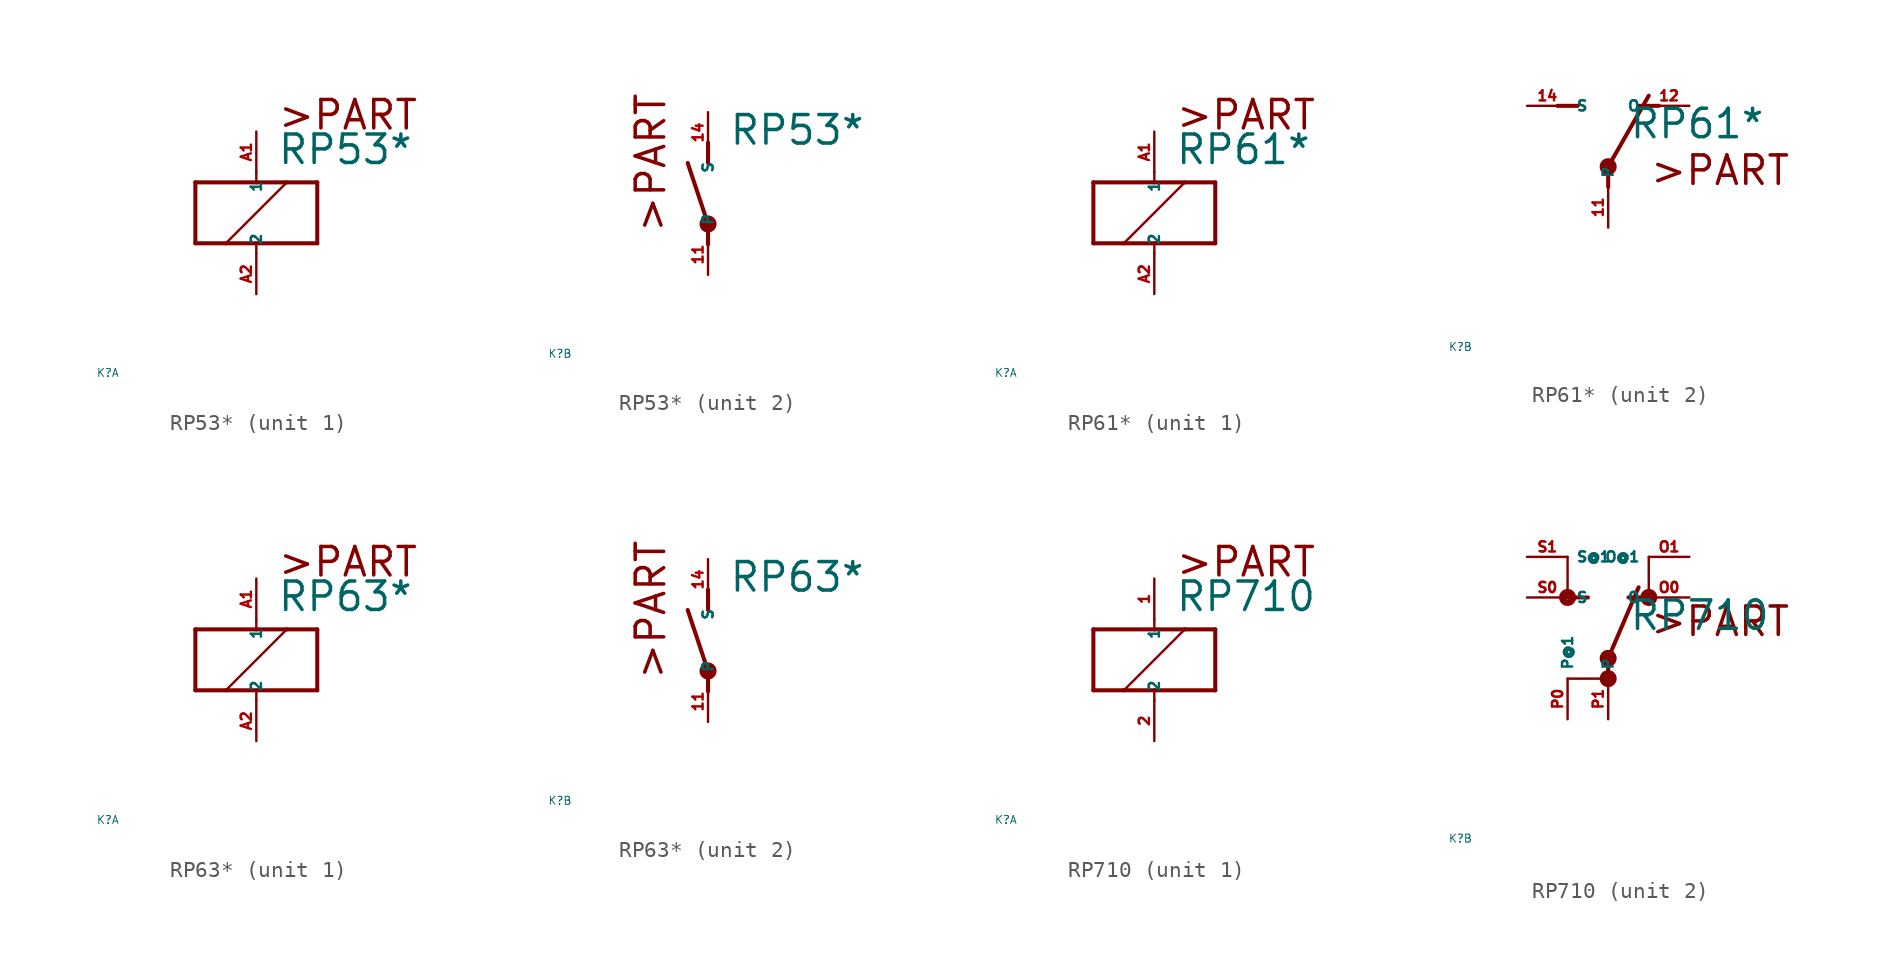
<source format=kicad_sym>
(kicad_symbol_lib
  (version 20220914)
  (generator Eagle2Kicad)
  (symbol "RP53*"
    (property "Reference" "K"
      (at -10 -10 0)
      (effects (font (size 0.5 0.5) (thickness 0.06)) (justify left)))
    (property "Value" "RP53*"
      (at 1.27 2.921 0)
      (effects (font (size 1.778 1.778) (thickness 0.22)) (justify left bottom)))
    (symbol "RP53*_1_0"
      (polyline (pts (xy -3.81 -1.905) (xy -1.905 -1.905)) (stroke (width 0.254) (type default)) (fill (type none)))
      (polyline (pts (xy 3.81 -1.905) (xy 3.81 1.905)) (stroke (width 0.254) (type default)) (fill (type none)))
      (polyline (pts (xy 3.81 1.905) (xy 1.905 1.905)) (stroke (width 0.254) (type default)) (fill (type none)))
      (polyline (pts (xy -3.81 1.905) (xy -3.81 -1.905)) (stroke (width 0.254) (type default)) (fill (type none)))
      (polyline (pts (xy 0 -2.54) (xy 0 -1.905)) (stroke (width 0.152) (type default)) (fill (type none)))
      (polyline (pts (xy 0 -1.905) (xy 3.81 -1.905)) (stroke (width 0.254) (type default)) (fill (type none)))
      (polyline (pts (xy 0 2.54) (xy 0 1.905)) (stroke (width 0.152) (type default)) (fill (type none)))
      (polyline (pts (xy 0 1.905) (xy -3.81 1.905)) (stroke (width 0.254) (type default)) (fill (type none)))
      (polyline (pts (xy -1.905 -1.905) (xy 1.905 1.905)) (stroke (width 0.152) (type default)) (fill (type none)))
      (polyline (pts (xy -1.905 -1.905) (xy 0 -1.905)) (stroke (width 0.254) (type default)) (fill (type none)))
      (polyline (pts (xy 1.905 1.905) (xy 0 1.905)) (stroke (width 0.254) (type default)) (fill (type none)))
      (text ">PART" (at 1.27 5.08 0) (effects (font (size 1.778 1.778) (thickness 0.22)) (justify left bottom)))
      (pin passive line (at 0 -5.08 90) (length 2.54) (name "2" (effects (font (size 0.635 0.635) (thickness 0.08)) (justify left bottom))) (number "A2" (effects (font (size 0.635 0.635) (thickness 0.08)) (justify left bottom))))
      (pin passive line (at 0 5.08 270) (length 2.54) (name "1" (effects (font (size 0.635 0.635) (thickness 0.08)) (justify left bottom))) (number "A1" (effects (font (size 0.635 0.635) (thickness 0.08)) (justify left bottom)))))
    (symbol "RP53*_2_0"
      (polyline (pts (xy 0 3.175) (xy 0 1.905)) (stroke (width 0.254) (type default)) (fill (type none)))
      (polyline (pts (xy 0 -3.175) (xy 0 -1.905)) (stroke (width 0.254) (type default)) (fill (type none)))
      (polyline (pts (xy 0 -1.905) (xy -1.27 1.905)) (stroke (width 0.254) (type default)) (fill (type none)))
      (text ">PART" (at -2.54 -2.54 900) (effects (font (size 1.778 1.778) (thickness 0.22)) (justify left bottom)))
      (circle (center 0 -1.905) (radius 0.127) (stroke (width 0.406) (type default)) (fill (type none)))
      (pin passive line (at 0 -5.08 90) (length 2.54) (name "P" (effects (font (size 0.635 0.635) (thickness 0.08)) (justify left bottom))) (number "11" (effects (font (size 0.635 0.635) (thickness 0.08)) (justify left bottom))))
      (pin passive line (at 0 5.08 270) (length 2.54) (name "S" (effects (font (size 0.635 0.635) (thickness 0.08)) (justify left bottom))) (number "14" (effects (font (size 0.635 0.635) (thickness 0.08)) (justify left bottom))))))
  (symbol "RP61*"
    (property "Reference" "K"
      (at -10 -10 0)
      (effects (font (size 0.5 0.5) (thickness 0.06)) (justify left)))
    (property "Value" "RP61*"
      (at 1.27 2.921 0)
      (effects (font (size 1.778 1.778) (thickness 0.22)) (justify left bottom)))
    (symbol "RP61*_1_0"
      (polyline (pts (xy -3.81 -1.905) (xy -1.905 -1.905)) (stroke (width 0.254) (type default)) (fill (type none)))
      (polyline (pts (xy 3.81 -1.905) (xy 3.81 1.905)) (stroke (width 0.254) (type default)) (fill (type none)))
      (polyline (pts (xy 3.81 1.905) (xy 1.905 1.905)) (stroke (width 0.254) (type default)) (fill (type none)))
      (polyline (pts (xy -3.81 1.905) (xy -3.81 -1.905)) (stroke (width 0.254) (type default)) (fill (type none)))
      (polyline (pts (xy 0 -2.54) (xy 0 -1.905)) (stroke (width 0.152) (type default)) (fill (type none)))
      (polyline (pts (xy 0 -1.905) (xy 3.81 -1.905)) (stroke (width 0.254) (type default)) (fill (type none)))
      (polyline (pts (xy 0 2.54) (xy 0 1.905)) (stroke (width 0.152) (type default)) (fill (type none)))
      (polyline (pts (xy 0 1.905) (xy -3.81 1.905)) (stroke (width 0.254) (type default)) (fill (type none)))
      (polyline (pts (xy -1.905 -1.905) (xy 1.905 1.905)) (stroke (width 0.152) (type default)) (fill (type none)))
      (polyline (pts (xy -1.905 -1.905) (xy 0 -1.905)) (stroke (width 0.254) (type default)) (fill (type none)))
      (polyline (pts (xy 1.905 1.905) (xy 0 1.905)) (stroke (width 0.254) (type default)) (fill (type none)))
      (text ">PART" (at 1.27 5.08 0) (effects (font (size 1.778 1.778) (thickness 0.22)) (justify left bottom)))
      (pin passive line (at 0 -5.08 90) (length 2.54) (name "2" (effects (font (size 0.635 0.635) (thickness 0.08)) (justify left bottom))) (number "A2" (effects (font (size 0.635 0.635) (thickness 0.08)) (justify left bottom))))
      (pin passive line (at 0 5.08 270) (length 2.54) (name "1" (effects (font (size 0.635 0.635) (thickness 0.08)) (justify left bottom))) (number "A1" (effects (font (size 0.635 0.635) (thickness 0.08)) (justify left bottom)))))
    (symbol "RP61*_2_0"
      (polyline (pts (xy 3.175 5.08) (xy 1.905 5.08)) (stroke (width 0.254) (type default)) (fill (type none)))
      (polyline (pts (xy -3.175 5.08) (xy -1.905 5.08)) (stroke (width 0.254) (type default)) (fill (type none)))
      (polyline (pts (xy 0 1.27) (xy 2.54 5.715)) (stroke (width 0.254) (type default)) (fill (type none)))
      (polyline (pts (xy 0 1.27) (xy 0 0)) (stroke (width 0.254) (type default)) (fill (type none)))
      (text ">PART" (at 2.54 0 0) (effects (font (size 1.778 1.778) (thickness 0.22)) (justify left bottom)))
      (circle (center 0 1.27) (radius 0.127) (stroke (width 0.406) (type default)) (fill (type none)))
      (pin passive line (at 5.08 5.08 180) (length 2.54) (name "O" (effects (font (size 0.635 0.635) (thickness 0.08)) (justify left bottom))) (number "12" (effects (font (size 0.635 0.635) (thickness 0.08)) (justify left bottom))))
      (pin passive line (at -5.08 5.08 0) (length 2.54) (name "S" (effects (font (size 0.635 0.635) (thickness 0.08)) (justify left bottom))) (number "14" (effects (font (size 0.635 0.635) (thickness 0.08)) (justify left bottom))))
      (pin passive line (at 0 -2.54 90) (length 2.54) (name "P" (effects (font (size 0.635 0.635) (thickness 0.08)) (justify left bottom))) (number "11" (effects (font (size 0.635 0.635) (thickness 0.08)) (justify left bottom))))))
  (symbol "RP63*"
    (property "Reference" "K"
      (at -10 -10 0)
      (effects (font (size 0.5 0.5) (thickness 0.06)) (justify left)))
    (property "Value" "RP63*"
      (at 1.27 2.921 0)
      (effects (font (size 1.778 1.778) (thickness 0.22)) (justify left bottom)))
    (symbol "RP63*_1_0"
      (polyline (pts (xy -3.81 -1.905) (xy -1.905 -1.905)) (stroke (width 0.254) (type default)) (fill (type none)))
      (polyline (pts (xy 3.81 -1.905) (xy 3.81 1.905)) (stroke (width 0.254) (type default)) (fill (type none)))
      (polyline (pts (xy 3.81 1.905) (xy 1.905 1.905)) (stroke (width 0.254) (type default)) (fill (type none)))
      (polyline (pts (xy -3.81 1.905) (xy -3.81 -1.905)) (stroke (width 0.254) (type default)) (fill (type none)))
      (polyline (pts (xy 0 -2.54) (xy 0 -1.905)) (stroke (width 0.152) (type default)) (fill (type none)))
      (polyline (pts (xy 0 -1.905) (xy 3.81 -1.905)) (stroke (width 0.254) (type default)) (fill (type none)))
      (polyline (pts (xy 0 2.54) (xy 0 1.905)) (stroke (width 0.152) (type default)) (fill (type none)))
      (polyline (pts (xy 0 1.905) (xy -3.81 1.905)) (stroke (width 0.254) (type default)) (fill (type none)))
      (polyline (pts (xy -1.905 -1.905) (xy 1.905 1.905)) (stroke (width 0.152) (type default)) (fill (type none)))
      (polyline (pts (xy -1.905 -1.905) (xy 0 -1.905)) (stroke (width 0.254) (type default)) (fill (type none)))
      (polyline (pts (xy 1.905 1.905) (xy 0 1.905)) (stroke (width 0.254) (type default)) (fill (type none)))
      (text ">PART" (at 1.27 5.08 0) (effects (font (size 1.778 1.778) (thickness 0.22)) (justify left bottom)))
      (pin passive line (at 0 -5.08 90) (length 2.54) (name "2" (effects (font (size 0.635 0.635) (thickness 0.08)) (justify left bottom))) (number "A2" (effects (font (size 0.635 0.635) (thickness 0.08)) (justify left bottom))))
      (pin passive line (at 0 5.08 270) (length 2.54) (name "1" (effects (font (size 0.635 0.635) (thickness 0.08)) (justify left bottom))) (number "A1" (effects (font (size 0.635 0.635) (thickness 0.08)) (justify left bottom)))))
    (symbol "RP63*_2_0"
      (polyline (pts (xy 0 3.175) (xy 0 1.905)) (stroke (width 0.254) (type default)) (fill (type none)))
      (polyline (pts (xy 0 -3.175) (xy 0 -1.905)) (stroke (width 0.254) (type default)) (fill (type none)))
      (polyline (pts (xy 0 -1.905) (xy -1.27 1.905)) (stroke (width 0.254) (type default)) (fill (type none)))
      (text ">PART" (at -2.54 -2.54 900) (effects (font (size 1.778 1.778) (thickness 0.22)) (justify left bottom)))
      (circle (center 0 -1.905) (radius 0.127) (stroke (width 0.406) (type default)) (fill (type none)))
      (pin passive line (at 0 -5.08 90) (length 2.54) (name "P" (effects (font (size 0.635 0.635) (thickness 0.08)) (justify left bottom))) (number "11" (effects (font (size 0.635 0.635) (thickness 0.08)) (justify left bottom))))
      (pin passive line (at 0 5.08 270) (length 2.54) (name "S" (effects (font (size 0.635 0.635) (thickness 0.08)) (justify left bottom))) (number "14" (effects (font (size 0.635 0.635) (thickness 0.08)) (justify left bottom))))))
  (symbol "RP710"
    (property "Reference" "K"
      (at -10 -10 0)
      (effects (font (size 0.5 0.5) (thickness 0.06)) (justify left)))
    (property "Value" "RP710"
      (at 1.27 2.921 0)
      (effects (font (size 1.778 1.778) (thickness 0.22)) (justify left bottom)))
    (symbol "RP710_1_0"
      (polyline (pts (xy -3.81 -1.905) (xy -1.905 -1.905)) (stroke (width 0.254) (type default)) (fill (type none)))
      (polyline (pts (xy 3.81 -1.905) (xy 3.81 1.905)) (stroke (width 0.254) (type default)) (fill (type none)))
      (polyline (pts (xy 3.81 1.905) (xy 1.905 1.905)) (stroke (width 0.254) (type default)) (fill (type none)))
      (polyline (pts (xy -3.81 1.905) (xy -3.81 -1.905)) (stroke (width 0.254) (type default)) (fill (type none)))
      (polyline (pts (xy 0 -2.54) (xy 0 -1.905)) (stroke (width 0.152) (type default)) (fill (type none)))
      (polyline (pts (xy 0 -1.905) (xy 3.81 -1.905)) (stroke (width 0.254) (type default)) (fill (type none)))
      (polyline (pts (xy 0 2.54) (xy 0 1.905)) (stroke (width 0.152) (type default)) (fill (type none)))
      (polyline (pts (xy 0 1.905) (xy -3.81 1.905)) (stroke (width 0.254) (type default)) (fill (type none)))
      (polyline (pts (xy -1.905 -1.905) (xy 1.905 1.905)) (stroke (width 0.152) (type default)) (fill (type none)))
      (polyline (pts (xy -1.905 -1.905) (xy 0 -1.905)) (stroke (width 0.254) (type default)) (fill (type none)))
      (polyline (pts (xy 1.905 1.905) (xy 0 1.905)) (stroke (width 0.254) (type default)) (fill (type none)))
      (text ">PART" (at 1.27 5.08 0) (effects (font (size 1.778 1.778) (thickness 0.22)) (justify left bottom)))
      (pin passive line (at 0 -5.08 90) (length 2.54) (name "2" (effects (font (size 0.635 0.635) (thickness 0.08)) (justify left bottom))) (number "2" (effects (font (size 0.635 0.635) (thickness 0.08)) (justify left bottom))))
      (pin passive line (at 0 5.08 270) (length 2.54) (name "1" (effects (font (size 0.635 0.635) (thickness 0.08)) (justify left bottom))) (number "1" (effects (font (size 0.635 0.635) (thickness 0.08)) (justify left bottom)))))
    (symbol "RP710_2_0"
      (polyline (pts (xy -2.54 5.08) (xy -1.27 5.08)) (stroke (width 0.254) (type default)) (fill (type none)))
      (polyline (pts (xy 0 0) (xy 0 1.27)) (stroke (width 0.254) (type default)) (fill (type none)))
      (polyline (pts (xy 0 1.27) (xy 1.905 5.715)) (stroke (width 0.254) (type default)) (fill (type none)))
      (polyline (pts (xy -2.54 7.62) (xy -2.54 5.08)) (stroke (width 0.152) (type default)) (fill (type none)))
      (polyline (pts (xy -2.54 0) (xy 0 0)) (stroke (width 0.152) (type default)) (fill (type none)))
      (polyline (pts (xy 2.54 7.62) (xy 2.54 5.08)) (stroke (width 0.152) (type default)) (fill (type none)))
      (polyline (pts (xy 2.54 5.08) (xy 1.27 5.08)) (stroke (width 0.254) (type default)) (fill (type none)))
      (text ">PART" (at 2.54 2.54 0) (effects (font (size 1.778 1.778) (thickness 0.22)) (justify left bottom)))
      (circle (center 0 0) (radius 0.127) (stroke (width 0.406) (type default)) (fill (type none)))
      (circle (center 2.54 5.08) (radius 0.127) (stroke (width 0.406) (type default)) (fill (type none)))
      (circle (center -2.54 5.08) (radius 0.127) (stroke (width 0.406) (type default)) (fill (type none)))
      (circle (center 0 1.27) (radius 0.127) (stroke (width 0.406) (type default)) (fill (type none)))
      (pin passive line (at 5.08 7.62 180) (length 2.54) (name "O@1" (effects (font (size 0.635 0.635) (thickness 0.08)) (justify left bottom))) (number "O1" (effects (font (size 0.635 0.635) (thickness 0.08)) (justify left bottom))))
      (pin passive line (at -5.08 7.62 0) (length 2.54) (name "S@1" (effects (font (size 0.635 0.635) (thickness 0.08)) (justify left bottom))) (number "S1" (effects (font (size 0.635 0.635) (thickness 0.08)) (justify left bottom))))
      (pin passive line (at 0 -2.54 90) (length 2.54) (name "P" (effects (font (size 0.635 0.635) (thickness 0.08)) (justify left bottom))) (number "P1" (effects (font (size 0.635 0.635) (thickness 0.08)) (justify left bottom))))
      (pin passive line (at -5.08 5.08 0) (length 2.54) (name "S" (effects (font (size 0.635 0.635) (thickness 0.08)) (justify left bottom))) (number "S0" (effects (font (size 0.635 0.635) (thickness 0.08)) (justify left bottom))))
      (pin passive line (at -2.54 -2.54 90) (length 2.54) (name "P@1" (effects (font (size 0.635 0.635) (thickness 0.08)) (justify left bottom))) (number "P0" (effects (font (size 0.635 0.635) (thickness 0.08)) (justify left bottom))))
      (pin passive line (at 5.08 5.08 180) (length 2.54) (name "O" (effects (font (size 0.635 0.635) (thickness 0.08)) (justify left bottom))) (number "O0" (effects (font (size 0.635 0.635) (thickness 0.08)) (justify left bottom)))))))
</source>
